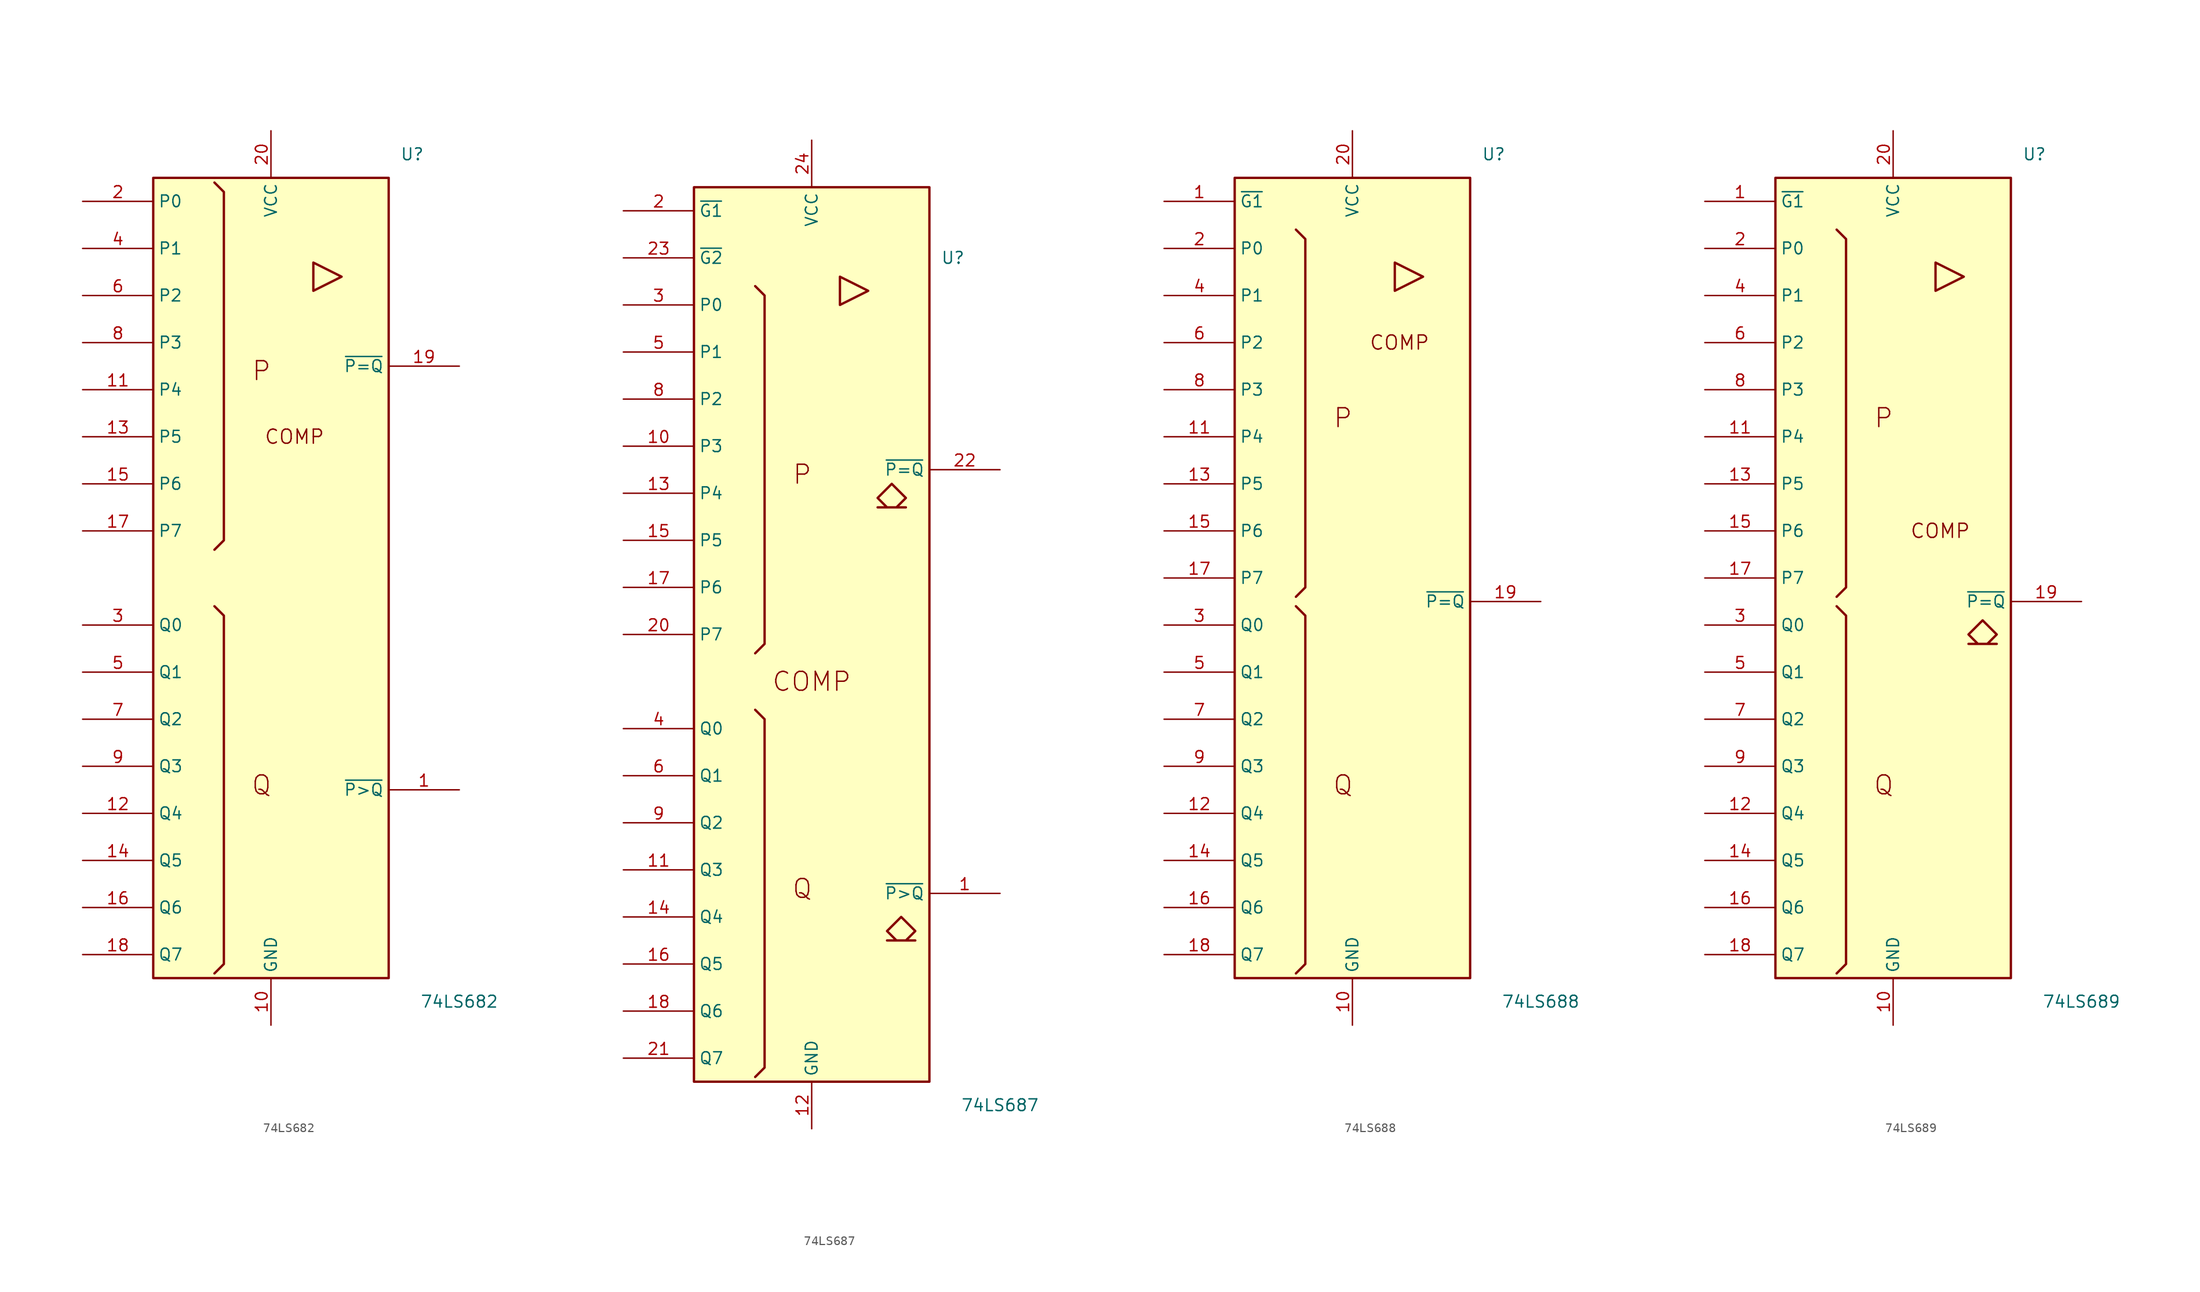
<source format=kicad_sym>
(kicad_symbol_lib
  (version 20241209)
  (generator "kicad_symbol_editor")
  (generator_version "9.0")
  (symbol "74LS682"
    (property "Reference" "U"
      (at 15.24 45.72 0)
      (effects (font (size 1.27 1.27))))
    (property "Value" "74LS682"
      (at 20.32 -45.72 0)
      (effects (font (size 1.27 1.27))))
    (symbol "74LS682_0_0"
      (polyline (pts (xy 4.572 34.036) (xy 4.572 30.988) (xy 7.62 32.512) (xy 4.572 34.036) (xy 4.572 34.036)) (stroke (width 0.254) (type default)) (fill (type background)))
      (text "P" (at -1.016 22.352 0) (effects (font (size 2.032 2.032))))
      (text "Q" (at -1.016 -22.352 0) (effects (font (size 2.032 2.032))))
      (text "COMP" (at 2.54 15.24 0) (effects (font (size 1.524 1.524)))))
    (symbol "74LS682_0_1"
      (rectangle (start -12.7 43.18) (end 12.7 -43.18) (stroke (width 0.254) (type default)) (fill (type background)))
      (polyline (pts (xy -6.096 42.672) (xy -5.08 41.656) (xy -5.08 4.064) (xy -6.096 3.048) (xy -6.096 3.048)) (stroke (width 0.254) (type default)) (fill (type background)))
      (polyline (pts (xy -6.096 -3.048) (xy -5.08 -4.064) (xy -5.08 -41.656) (xy -6.096 -42.672) (xy -6.096 -42.672)) (stroke (width 0.254) (type default)) (fill (type background)))
      (pin power_in line (at 0 -48.26 90) (length 5.08) (name "GND" (effects (font (size 1.27 1.27)))) (number "10" (effects (font (size 1.27 1.27))))))
    (symbol "74LS682_1_1"
      (pin input line (at -20.32 40.64 0) (length 7.62) (name "P0" (effects (font (size 1.27 1.27)))) (number "2" (effects (font (size 1.27 1.27)))))
      (pin input line (at -20.32 35.56 0) (length 7.62) (name "P1" (effects (font (size 1.27 1.27)))) (number "4" (effects (font (size 1.27 1.27)))))
      (pin input line (at -20.32 30.48 0) (length 7.62) (name "P2" (effects (font (size 1.27 1.27)))) (number "6" (effects (font (size 1.27 1.27)))))
      (pin input line (at -20.32 25.4 0) (length 7.62) (name "P3" (effects (font (size 1.27 1.27)))) (number "8" (effects (font (size 1.27 1.27)))))
      (pin input line (at -20.32 20.32 0) (length 7.62) (name "P4" (effects (font (size 1.27 1.27)))) (number "11" (effects (font (size 1.27 1.27)))))
      (pin input line (at -20.32 15.24 0) (length 7.62) (name "P5" (effects (font (size 1.27 1.27)))) (number "13" (effects (font (size 1.27 1.27)))))
      (pin input line (at -20.32 10.16 0) (length 7.62) (name "P6" (effects (font (size 1.27 1.27)))) (number "15" (effects (font (size 1.27 1.27)))))
      (pin input line (at -20.32 5.08 0) (length 7.62) (name "P7" (effects (font (size 1.27 1.27)))) (number "17" (effects (font (size 1.27 1.27)))))
      (pin input line (at -20.32 -5.08 0) (length 7.62) (name "Q0" (effects (font (size 1.27 1.27)))) (number "3" (effects (font (size 1.27 1.27)))))
      (pin input line (at -20.32 -10.16 0) (length 7.62) (name "Q1" (effects (font (size 1.27 1.27)))) (number "5" (effects (font (size 1.27 1.27)))))
      (pin input line (at -20.32 -15.24 0) (length 7.62) (name "Q2" (effects (font (size 1.27 1.27)))) (number "7" (effects (font (size 1.27 1.27)))))
      (pin input line (at -20.32 -20.32 0) (length 7.62) (name "Q3" (effects (font (size 1.27 1.27)))) (number "9" (effects (font (size 1.27 1.27)))))
      (pin input line (at -20.32 -25.4 0) (length 7.62) (name "Q4" (effects (font (size 1.27 1.27)))) (number "12" (effects (font (size 1.27 1.27)))))
      (pin input line (at -20.32 -30.48 0) (length 7.62) (name "Q5" (effects (font (size 1.27 1.27)))) (number "14" (effects (font (size 1.27 1.27)))))
      (pin input line (at -20.32 -35.56 0) (length 7.62) (name "Q6" (effects (font (size 1.27 1.27)))) (number "16" (effects (font (size 1.27 1.27)))))
      (pin input line (at -20.32 -40.64 0) (length 7.62) (name "Q7" (effects (font (size 1.27 1.27)))) (number "18" (effects (font (size 1.27 1.27)))))
      (pin power_in line (at 0 48.26 270) (length 5.08) (name "VCC" (effects (font (size 1.27 1.27)))) (number "20" (effects (font (size 1.27 1.27)))))
      (pin output line (at 20.32 22.86 180) (length 7.62) (name "~{P=Q}" (effects (font (size 1.27 1.27)))) (number "19" (effects (font (size 1.27 1.27)))))
      (pin output line (at 20.32 -22.86 180) (length 7.62) (name "~{P>Q}" (effects (font (size 1.27 1.27)))) (number "1" (effects (font (size 1.27 1.27)))))))
  (symbol "74LS687"
    (property "Reference" "U"
      (at 15.24 45.72 0)
      (effects (font (size 1.27 1.27))))
    (property "Value" "74LS687"
      (at 20.32 -45.72 0)
      (effects (font (size 1.27 1.27))))
    (symbol "74LS687_0_0"
      (rectangle (start -12.7 53.34) (end 12.7 -43.18) (stroke (width 0.254) (type default)) (fill (type background)))
      (polyline (pts (xy 3.048 43.688) (xy 3.048 40.64) (xy 6.096 42.164) (xy 3.048 43.688) (xy 3.048 43.688)) (stroke (width 0.254) (type default)) (fill (type background)))
      (polyline (pts (xy 8.636 21.336) (xy 10.16 19.812) (xy 9.144 18.796) (xy 10.16 18.796) (xy 7.112 18.796) (xy 8.128 18.796) (xy 7.112 19.812) (xy 8.636 21.336) (xy 8.636 21.336)) (stroke (width 0.254) (type default)) (fill (type background)))
      (polyline (pts (xy 9.652 -25.4) (xy 11.176 -26.924) (xy 10.16 -27.94) (xy 11.176 -27.94) (xy 8.128 -27.94) (xy 9.144 -27.94) (xy 8.128 -26.924) (xy 9.652 -25.4) (xy 9.652 -25.4)) (stroke (width 0.254) (type default)) (fill (type background)))
      (text "P" (at -1.016 22.352 0) (effects (font (size 2.032 2.032))))
      (text "Q" (at -1.016 -22.352 0) (effects (font (size 2.032 2.032))))
      (text "COMP" (at 0 0 0) (effects (font (size 2.032 2.032)))))
    (symbol "74LS687_0_1"
      (polyline (pts (xy -6.096 42.672) (xy -5.08 41.656) (xy -5.08 4.064) (xy -6.096 3.048) (xy -6.096 3.048)) (stroke (width 0.254) (type default)) (fill (type background)))
      (polyline (pts (xy -6.096 -3.048) (xy -5.08 -4.064) (xy -5.08 -41.656) (xy -6.096 -42.672) (xy -6.096 -42.672)) (stroke (width 0.254) (type default)) (fill (type background))))
    (symbol "74LS687_1_1"
      (pin input line (at -20.32 50.8 0) (length 7.62) (name "~{G1}" (effects (font (size 1.27 1.27)))) (number "2" (effects (font (size 1.27 1.27)))))
      (pin input line (at -20.32 45.72 0) (length 7.62) (name "~{G2}" (effects (font (size 1.27 1.27)))) (number "23" (effects (font (size 1.27 1.27)))))
      (pin input line (at -20.32 40.64 0) (length 7.62) (name "P0" (effects (font (size 1.27 1.27)))) (number "3" (effects (font (size 1.27 1.27)))))
      (pin input line (at -20.32 35.56 0) (length 7.62) (name "P1" (effects (font (size 1.27 1.27)))) (number "5" (effects (font (size 1.27 1.27)))))
      (pin input line (at -20.32 30.48 0) (length 7.62) (name "P2" (effects (font (size 1.27 1.27)))) (number "8" (effects (font (size 1.27 1.27)))))
      (pin input line (at -20.32 25.4 0) (length 7.62) (name "P3" (effects (font (size 1.27 1.27)))) (number "10" (effects (font (size 1.27 1.27)))))
      (pin input line (at -20.32 20.32 0) (length 7.62) (name "P4" (effects (font (size 1.27 1.27)))) (number "13" (effects (font (size 1.27 1.27)))))
      (pin input line (at -20.32 15.24 0) (length 7.62) (name "P5" (effects (font (size 1.27 1.27)))) (number "15" (effects (font (size 1.27 1.27)))))
      (pin input line (at -20.32 10.16 0) (length 7.62) (name "P6" (effects (font (size 1.27 1.27)))) (number "17" (effects (font (size 1.27 1.27)))))
      (pin input line (at -20.32 5.08 0) (length 7.62) (name "P7" (effects (font (size 1.27 1.27)))) (number "20" (effects (font (size 1.27 1.27)))))
      (pin input line (at -20.32 -5.08 0) (length 7.62) (name "Q0" (effects (font (size 1.27 1.27)))) (number "4" (effects (font (size 1.27 1.27)))))
      (pin input line (at -20.32 -10.16 0) (length 7.62) (name "Q1" (effects (font (size 1.27 1.27)))) (number "6" (effects (font (size 1.27 1.27)))))
      (pin input line (at -20.32 -15.24 0) (length 7.62) (name "Q2" (effects (font (size 1.27 1.27)))) (number "9" (effects (font (size 1.27 1.27)))))
      (pin input line (at -20.32 -20.32 0) (length 7.62) (name "Q3" (effects (font (size 1.27 1.27)))) (number "11" (effects (font (size 1.27 1.27)))))
      (pin input line (at -20.32 -25.4 0) (length 7.62) (name "Q4" (effects (font (size 1.27 1.27)))) (number "14" (effects (font (size 1.27 1.27)))))
      (pin input line (at -20.32 -30.48 0) (length 7.62) (name "Q5" (effects (font (size 1.27 1.27)))) (number "16" (effects (font (size 1.27 1.27)))))
      (pin input line (at -20.32 -35.56 0) (length 7.62) (name "Q6" (effects (font (size 1.27 1.27)))) (number "18" (effects (font (size 1.27 1.27)))))
      (pin input line (at -20.32 -40.64 0) (length 7.62) (name "Q7" (effects (font (size 1.27 1.27)))) (number "21" (effects (font (size 1.27 1.27)))))
      (pin power_in line (at 0 58.42 270) (length 5.08) (name "VCC" (effects (font (size 1.27 1.27)))) (number "24" (effects (font (size 1.27 1.27)))))
      (pin power_in line (at 0 -48.26 90) (length 5.08) (name "GND" (effects (font (size 1.27 1.27)))) (number "12" (effects (font (size 1.27 1.27)))))
      (pin output line (at 20.32 22.86 180) (length 7.62) (name "~{P=Q}" (effects (font (size 1.27 1.27)))) (number "22" (effects (font (size 1.27 1.27)))))
      (pin output line (at 20.32 -22.86 180) (length 7.62) (name "~{P>Q}" (effects (font (size 1.27 1.27)))) (number "1" (effects (font (size 1.27 1.27)))))))
  (symbol "74LS688"
    (property "Reference" "U"
      (at 15.24 45.72 0)
      (effects (font (size 1.27 1.27))))
    (property "Value" "74LS688"
      (at 20.32 -45.72 0)
      (effects (font (size 1.27 1.27))))
    (symbol "74LS688_0_0"
      (polyline (pts (xy 4.572 34.036) (xy 4.572 30.988) (xy 7.62 32.512) (xy 4.572 34.036) (xy 4.572 34.036)) (stroke (width 0.254) (type default)) (fill (type background)))
      (text "P" (at -1.016 17.272 0) (effects (font (size 2.032 2.032))))
      (text "Q" (at -1.016 -22.352 0) (effects (font (size 2.032 2.032))))
      (text "COMP" (at 5.08 25.4 0) (effects (font (size 1.524 1.524)))))
    (symbol "74LS688_0_1"
      (rectangle (start -12.7 43.18) (end 12.7 -43.18) (stroke (width 0.254) (type default)) (fill (type background)))
      (polyline (pts (xy -6.096 37.592) (xy -5.08 36.576) (xy -5.08 -1.016) (xy -6.096 -2.032) (xy -6.096 -2.032)) (stroke (width 0.254) (type default)) (fill (type background)))
      (polyline (pts (xy -6.096 -3.048) (xy -5.08 -4.064) (xy -5.08 -41.656) (xy -6.096 -42.672) (xy -6.096 -42.672)) (stroke (width 0.254) (type default)) (fill (type background))))
    (symbol "74LS688_1_1"
      (pin output line (at -20.32 40.64 0) (length 7.62) (name "~{G1}" (effects (font (size 1.27 1.27)))) (number "1" (effects (font (size 1.27 1.27)))))
      (pin input line (at -20.32 35.56 0) (length 7.62) (name "P0" (effects (font (size 1.27 1.27)))) (number "2" (effects (font (size 1.27 1.27)))))
      (pin input line (at -20.32 30.48 0) (length 7.62) (name "P1" (effects (font (size 1.27 1.27)))) (number "4" (effects (font (size 1.27 1.27)))))
      (pin input line (at -20.32 25.4 0) (length 7.62) (name "P2" (effects (font (size 1.27 1.27)))) (number "6" (effects (font (size 1.27 1.27)))))
      (pin input line (at -20.32 20.32 0) (length 7.62) (name "P3" (effects (font (size 1.27 1.27)))) (number "8" (effects (font (size 1.27 1.27)))))
      (pin input line (at -20.32 15.24 0) (length 7.62) (name "P4" (effects (font (size 1.27 1.27)))) (number "11" (effects (font (size 1.27 1.27)))))
      (pin input line (at -20.32 10.16 0) (length 7.62) (name "P5" (effects (font (size 1.27 1.27)))) (number "13" (effects (font (size 1.27 1.27)))))
      (pin input line (at -20.32 5.08 0) (length 7.62) (name "P6" (effects (font (size 1.27 1.27)))) (number "15" (effects (font (size 1.27 1.27)))))
      (pin input line (at -20.32 0 0) (length 7.62) (name "P7" (effects (font (size 1.27 1.27)))) (number "17" (effects (font (size 1.27 1.27)))))
      (pin input line (at -20.32 -5.08 0) (length 7.62) (name "Q0" (effects (font (size 1.27 1.27)))) (number "3" (effects (font (size 1.27 1.27)))))
      (pin input line (at -20.32 -10.16 0) (length 7.62) (name "Q1" (effects (font (size 1.27 1.27)))) (number "5" (effects (font (size 1.27 1.27)))))
      (pin input line (at -20.32 -15.24 0) (length 7.62) (name "Q2" (effects (font (size 1.27 1.27)))) (number "7" (effects (font (size 1.27 1.27)))))
      (pin input line (at -20.32 -20.32 0) (length 7.62) (name "Q3" (effects (font (size 1.27 1.27)))) (number "9" (effects (font (size 1.27 1.27)))))
      (pin input line (at -20.32 -25.4 0) (length 7.62) (name "Q4" (effects (font (size 1.27 1.27)))) (number "12" (effects (font (size 1.27 1.27)))))
      (pin input line (at -20.32 -30.48 0) (length 7.62) (name "Q5" (effects (font (size 1.27 1.27)))) (number "14" (effects (font (size 1.27 1.27)))))
      (pin input line (at -20.32 -35.56 0) (length 7.62) (name "Q6" (effects (font (size 1.27 1.27)))) (number "16" (effects (font (size 1.27 1.27)))))
      (pin input line (at -20.32 -40.64 0) (length 7.62) (name "Q7" (effects (font (size 1.27 1.27)))) (number "18" (effects (font (size 1.27 1.27)))))
      (pin power_in line (at 0 48.26 270) (length 5.08) (name "VCC" (effects (font (size 1.27 1.27)))) (number "20" (effects (font (size 1.27 1.27)))))
      (pin power_in line (at 0 -48.26 90) (length 5.08) (name "GND" (effects (font (size 1.27 1.27)))) (number "10" (effects (font (size 1.27 1.27)))))
      (pin output line (at 20.32 -2.54 180) (length 7.62) (name "~{P=Q}" (effects (font (size 1.27 1.27)))) (number "19" (effects (font (size 1.27 1.27)))))))
  (symbol "74LS689"
    (property "Reference" "U"
      (at 15.24 45.72 0)
      (effects (font (size 1.27 1.27))))
    (property "Value" "74LS689"
      (at 20.32 -45.72 0)
      (effects (font (size 1.27 1.27))))
    (symbol "74LS689_0_0"
      (polyline (pts (xy 4.572 34.036) (xy 4.572 30.988) (xy 7.62 32.512) (xy 4.572 34.036) (xy 4.572 34.036)) (stroke (width 0.254) (type default)) (fill (type background)))
      (polyline (pts (xy 9.652 -4.572) (xy 11.176 -6.096) (xy 10.16 -7.112) (xy 11.176 -7.112) (xy 8.128 -7.112) (xy 9.144 -7.112) (xy 8.128 -6.096) (xy 9.652 -4.572) (xy 9.652 -4.572)) (stroke (width 0.254) (type default)) (fill (type background)))
      (text "P" (at -1.016 17.272 0) (effects (font (size 2.032 2.032))))
      (text "Q" (at -1.016 -22.352 0) (effects (font (size 2.032 2.032))))
      (text "COMP" (at 5.08 5.08 0) (effects (font (size 1.524 1.524)))))
    (symbol "74LS689_0_1"
      (rectangle (start -12.7 43.18) (end 12.7 -43.18) (stroke (width 0.254) (type default)) (fill (type background)))
      (polyline (pts (xy -6.096 37.592) (xy -5.08 36.576) (xy -5.08 -1.016) (xy -6.096 -2.032) (xy -6.096 -2.032)) (stroke (width 0.254) (type default)) (fill (type background)))
      (polyline (pts (xy -6.096 -3.048) (xy -5.08 -4.064) (xy -5.08 -41.656) (xy -6.096 -42.672) (xy -6.096 -42.672)) (stroke (width 0.254) (type default)) (fill (type background))))
    (symbol "74LS689_1_1"
      (pin output line (at -20.32 40.64 0) (length 7.62) (name "~{G1}" (effects (font (size 1.27 1.27)))) (number "1" (effects (font (size 1.27 1.27)))))
      (pin input line (at -20.32 35.56 0) (length 7.62) (name "P0" (effects (font (size 1.27 1.27)))) (number "2" (effects (font (size 1.27 1.27)))))
      (pin input line (at -20.32 30.48 0) (length 7.62) (name "P1" (effects (font (size 1.27 1.27)))) (number "4" (effects (font (size 1.27 1.27)))))
      (pin input line (at -20.32 25.4 0) (length 7.62) (name "P2" (effects (font (size 1.27 1.27)))) (number "6" (effects (font (size 1.27 1.27)))))
      (pin input line (at -20.32 20.32 0) (length 7.62) (name "P3" (effects (font (size 1.27 1.27)))) (number "8" (effects (font (size 1.27 1.27)))))
      (pin input line (at -20.32 15.24 0) (length 7.62) (name "P4" (effects (font (size 1.27 1.27)))) (number "11" (effects (font (size 1.27 1.27)))))
      (pin input line (at -20.32 10.16 0) (length 7.62) (name "P5" (effects (font (size 1.27 1.27)))) (number "13" (effects (font (size 1.27 1.27)))))
      (pin input line (at -20.32 5.08 0) (length 7.62) (name "P6" (effects (font (size 1.27 1.27)))) (number "15" (effects (font (size 1.27 1.27)))))
      (pin input line (at -20.32 0 0) (length 7.62) (name "P7" (effects (font (size 1.27 1.27)))) (number "17" (effects (font (size 1.27 1.27)))))
      (pin input line (at -20.32 -5.08 0) (length 7.62) (name "Q0" (effects (font (size 1.27 1.27)))) (number "3" (effects (font (size 1.27 1.27)))))
      (pin input line (at -20.32 -10.16 0) (length 7.62) (name "Q1" (effects (font (size 1.27 1.27)))) (number "5" (effects (font (size 1.27 1.27)))))
      (pin input line (at -20.32 -15.24 0) (length 7.62) (name "Q2" (effects (font (size 1.27 1.27)))) (number "7" (effects (font (size 1.27 1.27)))))
      (pin input line (at -20.32 -20.32 0) (length 7.62) (name "Q3" (effects (font (size 1.27 1.27)))) (number "9" (effects (font (size 1.27 1.27)))))
      (pin input line (at -20.32 -25.4 0) (length 7.62) (name "Q4" (effects (font (size 1.27 1.27)))) (number "12" (effects (font (size 1.27 1.27)))))
      (pin input line (at -20.32 -30.48 0) (length 7.62) (name "Q5" (effects (font (size 1.27 1.27)))) (number "14" (effects (font (size 1.27 1.27)))))
      (pin input line (at -20.32 -35.56 0) (length 7.62) (name "Q6" (effects (font (size 1.27 1.27)))) (number "16" (effects (font (size 1.27 1.27)))))
      (pin input line (at -20.32 -40.64 0) (length 7.62) (name "Q7" (effects (font (size 1.27 1.27)))) (number "18" (effects (font (size 1.27 1.27)))))
      (pin power_in line (at 0 48.26 270) (length 5.08) (name "VCC" (effects (font (size 1.27 1.27)))) (number "20" (effects (font (size 1.27 1.27)))))
      (pin power_in line (at 0 -48.26 90) (length 5.08) (name "GND" (effects (font (size 1.27 1.27)))) (number "10" (effects (font (size 1.27 1.27)))))
      (pin output line (at 20.32 -2.54 180) (length 7.62) (name "~{P=Q}" (effects (font (size 1.27 1.27)))) (number "19" (effects (font (size 1.27 1.27))))))))
</source>
